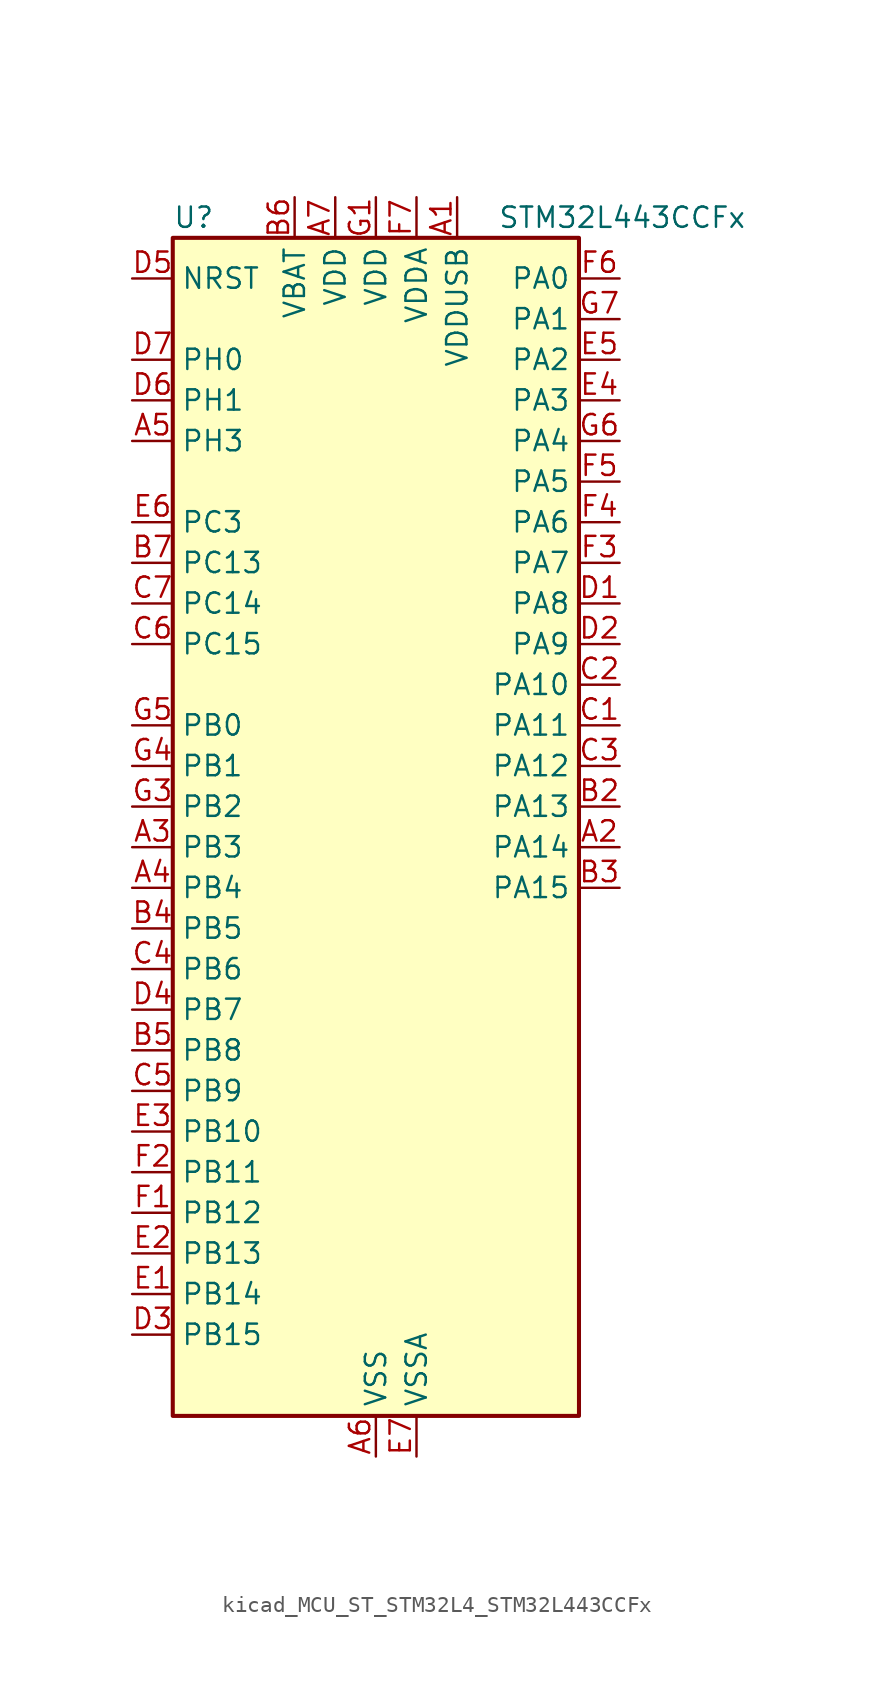
<source format=kicad_sym>
(kicad_symbol_lib
  (version 20220914)
  (generator kicad_symbol_editor)
  (symbol "kicad_MCU_ST_STM32L4_STM32L443CCFx"
    (property "Reference" "U"
      (at -12.7 39.37 0)
      (effects (font (size 1.27 1.27)) (justify left)))
    (property "Value" "STM32L443CCFx"
      (at 7.62 39.37 0)
      (effects (font (size 1.27 1.27)) (justify left)))
    (property "ki_locked" ""
      (at 0 0 0)
      (effects (font (size 1.27 1.27))))
    (symbol "kicad_MCU_ST_STM32L4_STM32L443CCFx_0_1"
      (rectangle (start -12.7 -35.56) (end 12.7 38.1) (stroke (width 0.254) (type default)) (fill (type background))))
    (symbol "kicad_MCU_ST_STM32L4_STM32L443CCFx_1_1"
      (pin power_in line (at 5.08 40.64 270) (length 2.54) (name "VDDUSB" (effects (font (size 1.27 1.27)))) (number "A1" (effects (font (size 1.27 1.27)))))
      (pin bidirectional line (at 15.24 0 180) (length 2.54) (name "PA14" (effects (font (size 1.27 1.27)))) (number "A2" (effects (font (size 1.27 1.27)))) (alternate "I2C1_SMBA" bidirectional line) (alternate "LPTIM1_OUT" bidirectional line) (alternate "SAI1_FS_B" bidirectional line) (alternate "SWPMI1_RX" bidirectional line) (alternate "SYS_JTCK-SWCLK" bidirectional line))
      (pin bidirectional line (at -15.24 0 0) (length 2.54) (name "PB3" (effects (font (size 1.27 1.27)))) (number "A3" (effects (font (size 1.27 1.27)))) (alternate "COMP2_INM" bidirectional line) (alternate "LCD_SEG7" bidirectional line) (alternate "SAI1_SCK_B" bidirectional line) (alternate "SPI1_SCK" bidirectional line) (alternate "SPI3_SCK" bidirectional line) (alternate "SYS_JTDO-SWO" bidirectional line) (alternate "TIM2_CH2" bidirectional line) (alternate "USART1_DE" bidirectional line) (alternate "USART1_RTS" bidirectional line))
      (pin bidirectional line (at -15.24 -2.54 0) (length 2.54) (name "PB4" (effects (font (size 1.27 1.27)))) (number "A4" (effects (font (size 1.27 1.27)))) (alternate "COMP2_INP" bidirectional line) (alternate "I2C3_SDA" bidirectional line) (alternate "LCD_SEG8" bidirectional line) (alternate "SAI1_MCLK_B" bidirectional line) (alternate "SPI1_MISO" bidirectional line) (alternate "SPI3_MISO" bidirectional line) (alternate "SYS_JTRST" bidirectional line) (alternate "TSC_G2_IO1" bidirectional line) (alternate "USART1_CTS" bidirectional line))
      (pin bidirectional line (at -15.24 25.4 0) (length 2.54) (name "PH3" (effects (font (size 1.27 1.27)))) (number "A5" (effects (font (size 1.27 1.27)))))
      (pin power_in line (at 0 -38.1 90) (length 2.54) (name "VSS" (effects (font (size 1.27 1.27)))) (number "A6" (effects (font (size 1.27 1.27)))))
      (pin power_in line (at -2.54 40.64 270) (length 2.54) (name "VDD" (effects (font (size 1.27 1.27)))) (number "A7" (effects (font (size 1.27 1.27)))))
      (pin passive line (at 0 -38.1 90) (length 2.54) hide (name "VSS" (effects (font (size 1.27 1.27)))) (number "B1" (effects (font (size 1.27 1.27)))))
      (pin bidirectional line (at 15.24 2.54 180) (length 2.54) (name "PA13" (effects (font (size 1.27 1.27)))) (number "B2" (effects (font (size 1.27 1.27)))) (alternate "IR_OUT" bidirectional line) (alternate "SAI1_SD_B" bidirectional line) (alternate "SWPMI1_TX" bidirectional line) (alternate "SYS_JTMS-SWDIO" bidirectional line) (alternate "USB_NOE" bidirectional line))
      (pin bidirectional line (at 15.24 -2.54 180) (length 2.54) (name "PA15" (effects (font (size 1.27 1.27)))) (number "B3" (effects (font (size 1.27 1.27)))) (alternate "ADC1_EXTI15" bidirectional line) (alternate "LCD_SEG17" bidirectional line) (alternate "SPI1_NSS" bidirectional line) (alternate "SPI3_NSS" bidirectional line) (alternate "SWPMI1_SUSPEND" bidirectional line) (alternate "SYS_JTDI" bidirectional line) (alternate "TIM2_CH1" bidirectional line) (alternate "TIM2_ETR" bidirectional line) (alternate "USART2_RX" bidirectional line) (alternate "USART3_DE" bidirectional line) (alternate "USART3_RTS" bidirectional line))
      (pin bidirectional line (at -15.24 -5.08 0) (length 2.54) (name "PB5" (effects (font (size 1.27 1.27)))) (number "B4" (effects (font (size 1.27 1.27)))) (alternate "COMP2_OUT" bidirectional line) (alternate "I2C1_SMBA" bidirectional line) (alternate "LCD_SEG9" bidirectional line) (alternate "LPTIM1_IN1" bidirectional line) (alternate "SAI1_SD_B" bidirectional line) (alternate "SPI1_MOSI" bidirectional line) (alternate "SPI3_MOSI" bidirectional line) (alternate "TIM16_BKIN" bidirectional line) (alternate "TSC_G2_IO2" bidirectional line) (alternate "USART1_CK" bidirectional line))
      (pin bidirectional line (at -15.24 -12.7 0) (length 2.54) (name "PB8" (effects (font (size 1.27 1.27)))) (number "B5" (effects (font (size 1.27 1.27)))) (alternate "CAN1_RX" bidirectional line) (alternate "I2C1_SCL" bidirectional line) (alternate "LCD_SEG16" bidirectional line) (alternate "SAI1_MCLK_A" bidirectional line) (alternate "TIM16_CH1" bidirectional line))
      (pin power_in line (at -5.08 40.64 270) (length 2.54) (name "VBAT" (effects (font (size 1.27 1.27)))) (number "B6" (effects (font (size 1.27 1.27)))))
      (pin bidirectional line (at -15.24 17.78 0) (length 2.54) (name "PC13" (effects (font (size 1.27 1.27)))) (number "B7" (effects (font (size 1.27 1.27)))) (alternate "RTC_OUT_ALARM" bidirectional line) (alternate "RTC_OUT_CALIB" bidirectional line) (alternate "RTC_TAMP1" bidirectional line) (alternate "RTC_TS" bidirectional line) (alternate "SYS_WKUP2" bidirectional line))
      (pin bidirectional line (at 15.24 7.62 180) (length 2.54) (name "PA11" (effects (font (size 1.27 1.27)))) (number "C1" (effects (font (size 1.27 1.27)))) (alternate "ADC1_EXTI11" bidirectional line) (alternate "CAN1_RX" bidirectional line) (alternate "COMP1_OUT" bidirectional line) (alternate "SPI1_MISO" bidirectional line) (alternate "TIM1_BKIN2" bidirectional line) (alternate "TIM1_BKIN2_COMP1" bidirectional line) (alternate "TIM1_CH4" bidirectional line) (alternate "USART1_CTS" bidirectional line) (alternate "USB_DM" bidirectional line))
      (pin bidirectional line (at 15.24 10.16 180) (length 2.54) (name "PA10" (effects (font (size 1.27 1.27)))) (number "C2" (effects (font (size 1.27 1.27)))) (alternate "CRS_SYNC" bidirectional line) (alternate "I2C1_SDA" bidirectional line) (alternate "LCD_COM2" bidirectional line) (alternate "SAI1_SD_A" bidirectional line) (alternate "TIM1_CH3" bidirectional line) (alternate "USART1_RX" bidirectional line))
      (pin bidirectional line (at 15.24 5.08 180) (length 2.54) (name "PA12" (effects (font (size 1.27 1.27)))) (number "C3" (effects (font (size 1.27 1.27)))) (alternate "CAN1_TX" bidirectional line) (alternate "SPI1_MOSI" bidirectional line) (alternate "TIM1_ETR" bidirectional line) (alternate "USART1_DE" bidirectional line) (alternate "USART1_RTS" bidirectional line) (alternate "USB_DP" bidirectional line))
      (pin bidirectional line (at -15.24 -7.62 0) (length 2.54) (name "PB6" (effects (font (size 1.27 1.27)))) (number "C4" (effects (font (size 1.27 1.27)))) (alternate "COMP2_INP" bidirectional line) (alternate "I2C1_SCL" bidirectional line) (alternate "LPTIM1_ETR" bidirectional line) (alternate "SAI1_FS_B" bidirectional line) (alternate "TIM16_CH1N" bidirectional line) (alternate "TSC_G2_IO3" bidirectional line) (alternate "USART1_TX" bidirectional line))
      (pin bidirectional line (at -15.24 -15.24 0) (length 2.54) (name "PB9" (effects (font (size 1.27 1.27)))) (number "C5" (effects (font (size 1.27 1.27)))) (alternate "CAN1_TX" bidirectional line) (alternate "DAC1_EXTI9" bidirectional line) (alternate "I2C1_SDA" bidirectional line) (alternate "IR_OUT" bidirectional line) (alternate "LCD_COM3" bidirectional line) (alternate "SAI1_FS_A" bidirectional line) (alternate "SPI2_NSS" bidirectional line))
      (pin bidirectional line (at -15.24 12.7 0) (length 2.54) (name "PC15" (effects (font (size 1.27 1.27)))) (number "C6" (effects (font (size 1.27 1.27)))) (alternate "ADC1_EXTI15" bidirectional line) (alternate "RCC_OSC32_OUT" bidirectional line))
      (pin bidirectional line (at -15.24 15.24 0) (length 2.54) (name "PC14" (effects (font (size 1.27 1.27)))) (number "C7" (effects (font (size 1.27 1.27)))) (alternate "RCC_OSC32_IN" bidirectional line))
      (pin bidirectional line (at 15.24 15.24 180) (length 2.54) (name "PA8" (effects (font (size 1.27 1.27)))) (number "D1" (effects (font (size 1.27 1.27)))) (alternate "LCD_COM0" bidirectional line) (alternate "LPTIM2_OUT" bidirectional line) (alternate "RCC_MCO" bidirectional line) (alternate "SAI1_SCK_A" bidirectional line) (alternate "SWPMI1_IO" bidirectional line) (alternate "TIM1_CH1" bidirectional line) (alternate "USART1_CK" bidirectional line))
      (pin bidirectional line (at 15.24 12.7 180) (length 2.54) (name "PA9" (effects (font (size 1.27 1.27)))) (number "D2" (effects (font (size 1.27 1.27)))) (alternate "DAC1_EXTI9" bidirectional line) (alternate "I2C1_SCL" bidirectional line) (alternate "LCD_COM1" bidirectional line) (alternate "SAI1_FS_A" bidirectional line) (alternate "TIM15_BKIN" bidirectional line) (alternate "TIM1_CH2" bidirectional line) (alternate "USART1_TX" bidirectional line))
      (pin bidirectional line (at -15.24 -30.48 0) (length 2.54) (name "PB15" (effects (font (size 1.27 1.27)))) (number "D3" (effects (font (size 1.27 1.27)))) (alternate "ADC1_EXTI15" bidirectional line) (alternate "LCD_SEG15" bidirectional line) (alternate "RTC_REFIN" bidirectional line) (alternate "SAI1_SD_A" bidirectional line) (alternate "SPI2_MOSI" bidirectional line) (alternate "SWPMI1_SUSPEND" bidirectional line) (alternate "TIM15_CH2" bidirectional line) (alternate "TIM1_CH3N" bidirectional line) (alternate "TSC_G1_IO4" bidirectional line))
      (pin bidirectional line (at -15.24 -10.16 0) (length 2.54) (name "PB7" (effects (font (size 1.27 1.27)))) (number "D4" (effects (font (size 1.27 1.27)))) (alternate "COMP2_INM" bidirectional line) (alternate "I2C1_SDA" bidirectional line) (alternate "LCD_SEG21" bidirectional line) (alternate "LPTIM1_IN2" bidirectional line) (alternate "SYS_PVD_IN" bidirectional line) (alternate "TSC_G2_IO4" bidirectional line) (alternate "USART1_RX" bidirectional line))
      (pin input line (at -15.24 35.56 0) (length 2.54) (name "NRST" (effects (font (size 1.27 1.27)))) (number "D5" (effects (font (size 1.27 1.27)))))
      (pin bidirectional line (at -15.24 27.94 0) (length 2.54) (name "PH1" (effects (font (size 1.27 1.27)))) (number "D6" (effects (font (size 1.27 1.27)))) (alternate "RCC_OSC_OUT" bidirectional line))
      (pin bidirectional line (at -15.24 30.48 0) (length 2.54) (name "PH0" (effects (font (size 1.27 1.27)))) (number "D7" (effects (font (size 1.27 1.27)))) (alternate "RCC_OSC_IN" bidirectional line))
      (pin bidirectional line (at -15.24 -27.94 0) (length 2.54) (name "PB14" (effects (font (size 1.27 1.27)))) (number "E1" (effects (font (size 1.27 1.27)))) (alternate "I2C2_SDA" bidirectional line) (alternate "LCD_SEG14" bidirectional line) (alternate "SAI1_MCLK_A" bidirectional line) (alternate "SPI2_MISO" bidirectional line) (alternate "SWPMI1_RX" bidirectional line) (alternate "TIM15_CH1" bidirectional line) (alternate "TIM1_CH2N" bidirectional line) (alternate "TSC_G1_IO3" bidirectional line) (alternate "USART3_DE" bidirectional line) (alternate "USART3_RTS" bidirectional line))
      (pin bidirectional line (at -15.24 -25.4 0) (length 2.54) (name "PB13" (effects (font (size 1.27 1.27)))) (number "E2" (effects (font (size 1.27 1.27)))) (alternate "I2C2_SCL" bidirectional line) (alternate "LCD_SEG13" bidirectional line) (alternate "LPUART1_CTS" bidirectional line) (alternate "SAI1_SCK_A" bidirectional line) (alternate "SPI2_SCK" bidirectional line) (alternate "SWPMI1_TX" bidirectional line) (alternate "TIM15_CH1N" bidirectional line) (alternate "TIM1_CH1N" bidirectional line) (alternate "TSC_G1_IO2" bidirectional line) (alternate "USART3_CTS" bidirectional line))
      (pin bidirectional line (at -15.24 -17.78 0) (length 2.54) (name "PB10" (effects (font (size 1.27 1.27)))) (number "E3" (effects (font (size 1.27 1.27)))) (alternate "COMP1_OUT" bidirectional line) (alternate "I2C2_SCL" bidirectional line) (alternate "LCD_SEG10" bidirectional line) (alternate "LPUART1_RX" bidirectional line) (alternate "QUADSPI_CLK" bidirectional line) (alternate "SAI1_SCK_A" bidirectional line) (alternate "SPI2_SCK" bidirectional line) (alternate "TIM2_CH3" bidirectional line) (alternate "TSC_SYNC" bidirectional line) (alternate "USART3_TX" bidirectional line))
      (pin bidirectional line (at 15.24 27.94 180) (length 2.54) (name "PA3" (effects (font (size 1.27 1.27)))) (number "E4" (effects (font (size 1.27 1.27)))) (alternate "ADC1_IN8" bidirectional line) (alternate "COMP2_INP" bidirectional line) (alternate "LCD_SEG2" bidirectional line) (alternate "LPUART1_RX" bidirectional line) (alternate "OPAMP1_VOUT" bidirectional line) (alternate "QUADSPI_CLK" bidirectional line) (alternate "SAI1_MCLK_A" bidirectional line) (alternate "TIM15_CH2" bidirectional line) (alternate "TIM2_CH4" bidirectional line) (alternate "USART2_RX" bidirectional line))
      (pin bidirectional line (at 15.24 30.48 180) (length 2.54) (name "PA2" (effects (font (size 1.27 1.27)))) (number "E5" (effects (font (size 1.27 1.27)))) (alternate "ADC1_IN7" bidirectional line) (alternate "COMP2_INM" bidirectional line) (alternate "COMP2_OUT" bidirectional line) (alternate "LCD_SEG1" bidirectional line) (alternate "LPUART1_TX" bidirectional line) (alternate "QUADSPI_BK1_NCS" bidirectional line) (alternate "RCC_LSCO" bidirectional line) (alternate "SYS_WKUP4" bidirectional line) (alternate "TIM15_CH1" bidirectional line) (alternate "TIM2_CH3" bidirectional line) (alternate "USART2_TX" bidirectional line))
      (pin bidirectional line (at -15.24 20.32 0) (length 2.54) (name "PC3" (effects (font (size 1.27 1.27)))) (number "E6" (effects (font (size 1.27 1.27)))) (alternate "ADC1_IN4" bidirectional line) (alternate "LCD_VLCD" bidirectional line) (alternate "LPTIM1_ETR" bidirectional line) (alternate "LPTIM2_ETR" bidirectional line) (alternate "SAI1_SD_A" bidirectional line) (alternate "SPI2_MOSI" bidirectional line))
      (pin power_in line (at 2.54 -38.1 90) (length 2.54) (name "VSSA" (effects (font (size 1.27 1.27)))) (number "E7" (effects (font (size 1.27 1.27)))))
      (pin bidirectional line (at -15.24 -22.86 0) (length 2.54) (name "PB12" (effects (font (size 1.27 1.27)))) (number "F1" (effects (font (size 1.27 1.27)))) (alternate "I2C2_SMBA" bidirectional line) (alternate "LCD_SEG12" bidirectional line) (alternate "LPUART1_DE" bidirectional line) (alternate "LPUART1_RTS" bidirectional line) (alternate "SAI1_FS_A" bidirectional line) (alternate "SPI2_NSS" bidirectional line) (alternate "SWPMI1_IO" bidirectional line) (alternate "TIM15_BKIN" bidirectional line) (alternate "TIM1_BKIN" bidirectional line) (alternate "TIM1_BKIN_COMP2" bidirectional line) (alternate "TSC_G1_IO1" bidirectional line) (alternate "USART3_CK" bidirectional line))
      (pin bidirectional line (at -15.24 -20.32 0) (length 2.54) (name "PB11" (effects (font (size 1.27 1.27)))) (number "F2" (effects (font (size 1.27 1.27)))) (alternate "ADC1_EXTI11" bidirectional line) (alternate "COMP2_OUT" bidirectional line) (alternate "I2C2_SDA" bidirectional line) (alternate "LCD_SEG11" bidirectional line) (alternate "LPUART1_TX" bidirectional line) (alternate "QUADSPI_BK1_NCS" bidirectional line) (alternate "TIM2_CH4" bidirectional line) (alternate "USART3_RX" bidirectional line))
      (pin bidirectional line (at 15.24 17.78 180) (length 2.54) (name "PA7" (effects (font (size 1.27 1.27)))) (number "F3" (effects (font (size 1.27 1.27)))) (alternate "ADC1_IN12" bidirectional line) (alternate "COMP2_OUT" bidirectional line) (alternate "I2C3_SCL" bidirectional line) (alternate "LCD_SEG4" bidirectional line) (alternate "QUADSPI_BK1_IO2" bidirectional line) (alternate "SPI1_MOSI" bidirectional line) (alternate "TIM1_CH1N" bidirectional line))
      (pin bidirectional line (at 15.24 20.32 180) (length 2.54) (name "PA6" (effects (font (size 1.27 1.27)))) (number "F4" (effects (font (size 1.27 1.27)))) (alternate "ADC1_IN11" bidirectional line) (alternate "COMP1_OUT" bidirectional line) (alternate "LCD_SEG3" bidirectional line) (alternate "LPUART1_CTS" bidirectional line) (alternate "QUADSPI_BK1_IO3" bidirectional line) (alternate "SPI1_MISO" bidirectional line) (alternate "TIM16_CH1" bidirectional line) (alternate "TIM1_BKIN" bidirectional line) (alternate "TIM1_BKIN_COMP2" bidirectional line) (alternate "USART3_CTS" bidirectional line))
      (pin bidirectional line (at 15.24 22.86 180) (length 2.54) (name "PA5" (effects (font (size 1.27 1.27)))) (number "F5" (effects (font (size 1.27 1.27)))) (alternate "ADC1_IN10" bidirectional line) (alternate "COMP1_INM" bidirectional line) (alternate "COMP2_INM" bidirectional line) (alternate "DAC1_OUT2" bidirectional line) (alternate "LPTIM2_ETR" bidirectional line) (alternate "SPI1_SCK" bidirectional line) (alternate "TIM2_CH1" bidirectional line) (alternate "TIM2_ETR" bidirectional line))
      (pin bidirectional line (at 15.24 35.56 180) (length 2.54) (name "PA0" (effects (font (size 1.27 1.27)))) (number "F6" (effects (font (size 1.27 1.27)))) (alternate "ADC1_IN5" bidirectional line) (alternate "COMP1_INM" bidirectional line) (alternate "COMP1_OUT" bidirectional line) (alternate "OPAMP1_VINP" bidirectional line) (alternate "RTC_TAMP2" bidirectional line) (alternate "SAI1_EXTCLK" bidirectional line) (alternate "SYS_WKUP1" bidirectional line) (alternate "TIM2_CH1" bidirectional line) (alternate "TIM2_ETR" bidirectional line) (alternate "USART2_CTS" bidirectional line))
      (pin power_in line (at 2.54 40.64 270) (length 2.54) (name "VDDA" (effects (font (size 1.27 1.27)))) (number "F7" (effects (font (size 1.27 1.27)))))
      (pin power_in line (at 0 40.64 270) (length 2.54) (name "VDD" (effects (font (size 1.27 1.27)))) (number "G1" (effects (font (size 1.27 1.27)))))
      (pin passive line (at 0 -38.1 90) (length 2.54) hide (name "VSS" (effects (font (size 1.27 1.27)))) (number "G2" (effects (font (size 1.27 1.27)))))
      (pin bidirectional line (at -15.24 2.54 0) (length 2.54) (name "PB2" (effects (font (size 1.27 1.27)))) (number "G3" (effects (font (size 1.27 1.27)))) (alternate "COMP1_INP" bidirectional line) (alternate "I2C3_SMBA" bidirectional line) (alternate "LCD_VLCD" bidirectional line) (alternate "LPTIM1_OUT" bidirectional line) (alternate "RTC_OUT_ALARM" bidirectional line) (alternate "RTC_OUT_CALIB" bidirectional line))
      (pin bidirectional line (at -15.24 5.08 0) (length 2.54) (name "PB1" (effects (font (size 1.27 1.27)))) (number "G4" (effects (font (size 1.27 1.27)))) (alternate "ADC1_IN16" bidirectional line) (alternate "COMP1_INM" bidirectional line) (alternate "LCD_SEG6" bidirectional line) (alternate "LPTIM2_IN1" bidirectional line) (alternate "LPUART1_DE" bidirectional line) (alternate "LPUART1_RTS" bidirectional line) (alternate "QUADSPI_BK1_IO0" bidirectional line) (alternate "TIM1_CH3N" bidirectional line) (alternate "USART3_DE" bidirectional line) (alternate "USART3_RTS" bidirectional line))
      (pin bidirectional line (at -15.24 7.62 0) (length 2.54) (name "PB0" (effects (font (size 1.27 1.27)))) (number "G5" (effects (font (size 1.27 1.27)))) (alternate "ADC1_IN15" bidirectional line) (alternate "COMP1_OUT" bidirectional line) (alternate "LCD_SEG5" bidirectional line) (alternate "QUADSPI_BK1_IO1" bidirectional line) (alternate "SAI1_EXTCLK" bidirectional line) (alternate "SPI1_NSS" bidirectional line) (alternate "TIM1_CH2N" bidirectional line) (alternate "USART3_CK" bidirectional line))
      (pin bidirectional line (at 15.24 25.4 180) (length 2.54) (name "PA4" (effects (font (size 1.27 1.27)))) (number "G6" (effects (font (size 1.27 1.27)))) (alternate "ADC1_IN9" bidirectional line) (alternate "COMP1_INM" bidirectional line) (alternate "COMP2_INM" bidirectional line) (alternate "DAC1_OUT1" bidirectional line) (alternate "LPTIM2_OUT" bidirectional line) (alternate "SAI1_FS_B" bidirectional line) (alternate "SPI1_NSS" bidirectional line) (alternate "SPI3_NSS" bidirectional line) (alternate "USART2_CK" bidirectional line))
      (pin bidirectional line (at 15.24 33.02 180) (length 2.54) (name "PA1" (effects (font (size 1.27 1.27)))) (number "G7" (effects (font (size 1.27 1.27)))) (alternate "ADC1_IN6" bidirectional line) (alternate "COMP1_INP" bidirectional line) (alternate "I2C1_SMBA" bidirectional line) (alternate "LCD_SEG0" bidirectional line) (alternate "OPAMP1_VINM" bidirectional line) (alternate "SPI1_SCK" bidirectional line) (alternate "TIM15_CH1N" bidirectional line) (alternate "TIM2_CH2" bidirectional line) (alternate "USART2_DE" bidirectional line) (alternate "USART2_RTS" bidirectional line)))))
</source>
